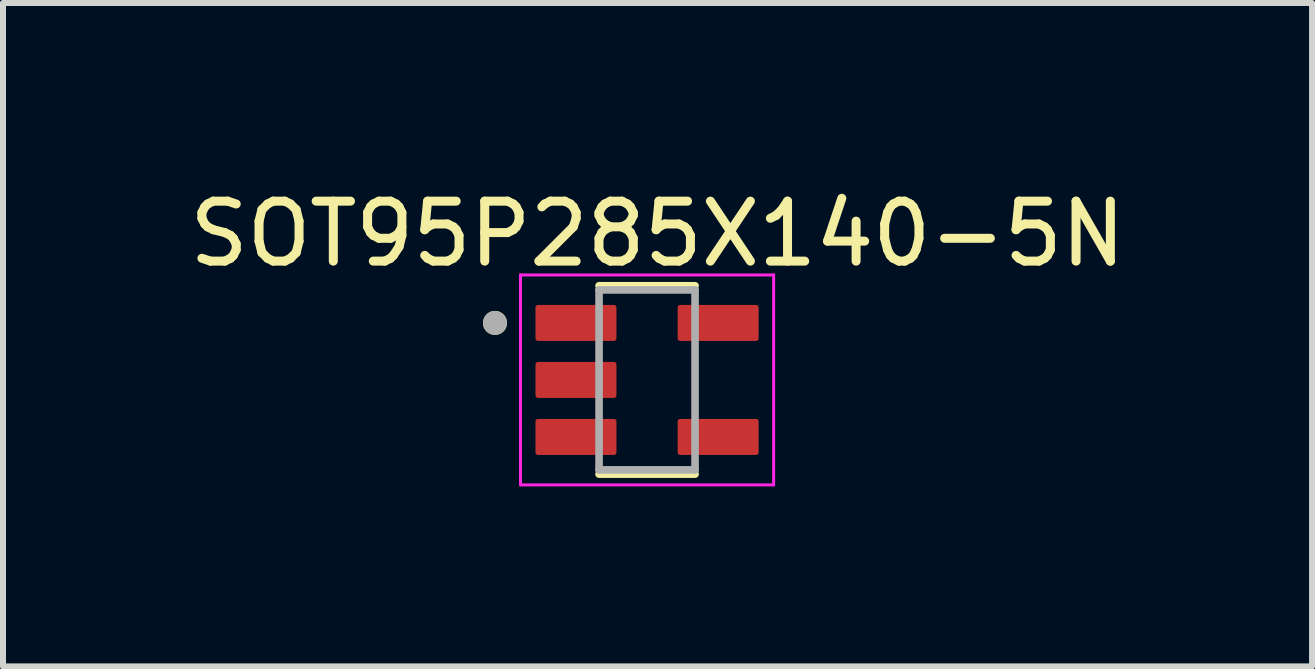
<source format=kicad_pcb>
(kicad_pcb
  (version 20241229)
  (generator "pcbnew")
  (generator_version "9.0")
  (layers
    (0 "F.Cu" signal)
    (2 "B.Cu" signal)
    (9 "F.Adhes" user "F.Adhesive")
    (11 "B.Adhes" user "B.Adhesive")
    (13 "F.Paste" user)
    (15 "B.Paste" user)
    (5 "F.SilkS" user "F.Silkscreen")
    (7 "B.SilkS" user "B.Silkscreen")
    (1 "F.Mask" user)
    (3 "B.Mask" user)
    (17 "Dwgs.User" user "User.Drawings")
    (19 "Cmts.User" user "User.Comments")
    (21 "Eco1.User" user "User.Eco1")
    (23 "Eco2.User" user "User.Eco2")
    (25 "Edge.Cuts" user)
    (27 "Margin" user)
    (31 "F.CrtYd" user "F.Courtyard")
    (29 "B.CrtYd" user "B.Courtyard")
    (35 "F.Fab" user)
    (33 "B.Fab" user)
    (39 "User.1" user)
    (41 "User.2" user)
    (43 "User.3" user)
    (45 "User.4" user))
  (footprint "SOT95P285X140-5N"
    (layer "F.Cu")
    (at 7.736 3.283)
    (property "Reference" "SOT95P285X140-5N" (at 0.175 -2.435 0) (layer "F.SilkS") (effects (font (size 1 1) (thickness 0.15))))
    (attr smd)
    (fp_line (start -0.8 -1.57) (end 0.8 -1.57) (stroke (width 0.127) (type solid)) (layer "F.SilkS"))
    (fp_line (start -0.8 1.57) (end 0.8 1.57) (stroke (width 0.127) (type solid)) (layer "F.SilkS"))
    (fp_circle (center -2.535 -0.95) (end -2.435 -0.95) (stroke (width 0.2) (type solid)) (fill no) (layer "F.SilkS"))
    (fp_line (start -2.11 -1.75) (end -2.11 1.75) (stroke (width 0.05) (type solid)) (layer "F.CrtYd"))
    (fp_line (start -2.11 -1.75) (end 2.11 -1.75) (stroke (width 0.05) (type solid)) (layer "F.CrtYd"))
    (fp_line (start -2.11 1.75) (end 2.11 1.75) (stroke (width 0.05) (type solid)) (layer "F.CrtYd"))
    (fp_line (start 2.11 -1.75) (end 2.11 1.75) (stroke (width 0.05) (type solid)) (layer "F.CrtYd"))
    (fp_line (start -0.8 -1.5) (end -0.8 1.5) (stroke (width 0.127) (type solid)) (layer "F.Fab"))
    (fp_line (start -0.8 -1.5) (end 0.8 -1.5) (stroke (width 0.127) (type solid)) (layer "F.Fab"))
    (fp_line (start -0.8 1.5) (end 0.8 1.5) (stroke (width 0.127) (type solid)) (layer "F.Fab"))
    (fp_line (start 0.8 -1.5) (end 0.8 1.5) (stroke (width 0.127) (type solid)) (layer "F.Fab"))
    (fp_circle (center -2.535 -0.95) (end -2.435 -0.95) (stroke (width 0.2) (type solid)) (fill no) (layer "F.Fab"))
    (pad "1" smd roundrect (at -1.185 -0.95) (size 1.35 0.6) (layers "F.Cu" "F.Mask" "F.Paste") (roundrect_rratio 0.07))
    (pad "2" smd roundrect (at -1.185 0) (size 1.35 0.6) (layers "F.Cu" "F.Mask" "F.Paste") (roundrect_rratio 0.07))
    (pad "3" smd roundrect (at -1.185 0.95) (size 1.35 0.6) (layers "F.Cu" "F.Mask" "F.Paste") (roundrect_rratio 0.07))
    (pad "4" smd roundrect (at 1.185 0.95) (size 1.35 0.6) (layers "F.Cu" "F.Mask" "F.Paste") (roundrect_rratio 0.07))
    (pad "5" smd roundrect (at 1.185 -0.95) (size 1.35 0.6) (layers "F.Cu" "F.Mask" "F.Paste") (roundrect_rratio 0.07)))
  (gr_rect
    (start -3 -3)
    (end 18.821 8.058)
    (stroke (width 0.1) (type default))
    (fill no)
    (layer "Edge.Cuts")))
</source>
